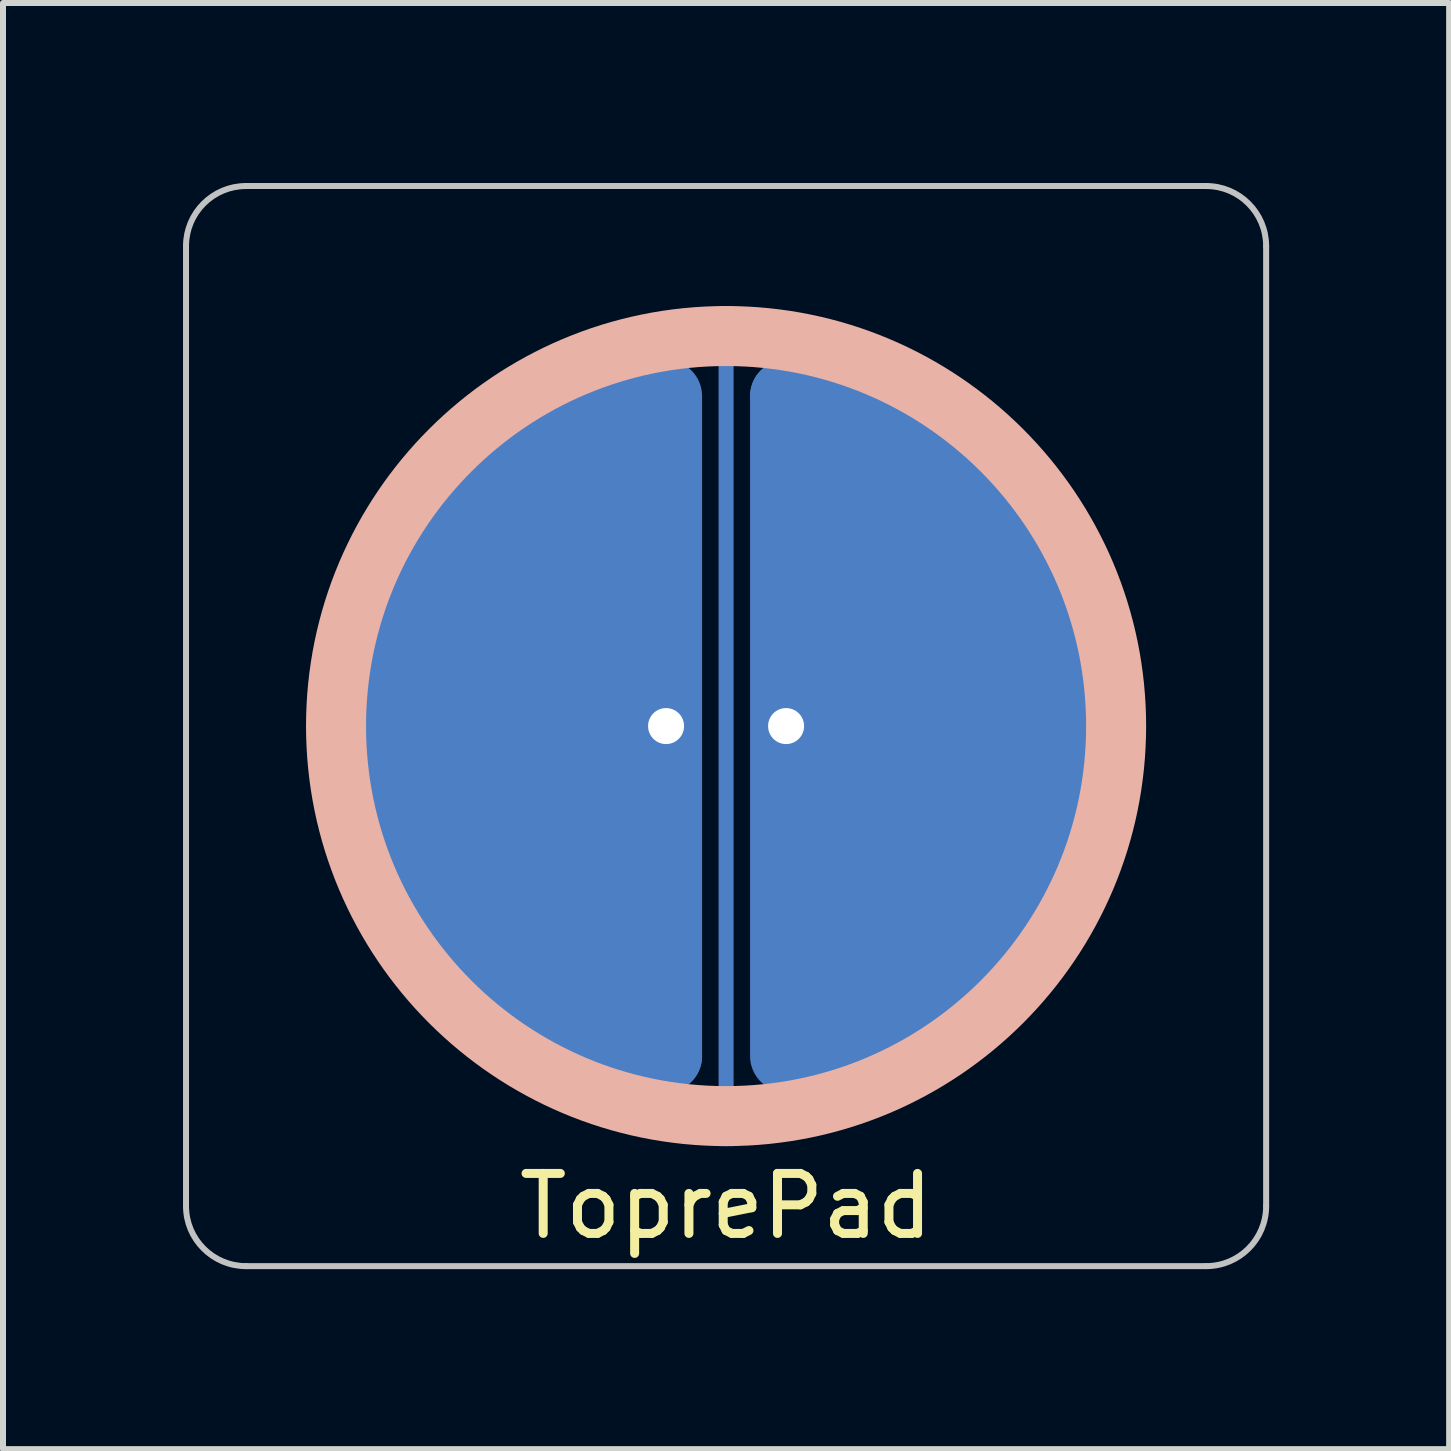
<source format=kicad_pcb>
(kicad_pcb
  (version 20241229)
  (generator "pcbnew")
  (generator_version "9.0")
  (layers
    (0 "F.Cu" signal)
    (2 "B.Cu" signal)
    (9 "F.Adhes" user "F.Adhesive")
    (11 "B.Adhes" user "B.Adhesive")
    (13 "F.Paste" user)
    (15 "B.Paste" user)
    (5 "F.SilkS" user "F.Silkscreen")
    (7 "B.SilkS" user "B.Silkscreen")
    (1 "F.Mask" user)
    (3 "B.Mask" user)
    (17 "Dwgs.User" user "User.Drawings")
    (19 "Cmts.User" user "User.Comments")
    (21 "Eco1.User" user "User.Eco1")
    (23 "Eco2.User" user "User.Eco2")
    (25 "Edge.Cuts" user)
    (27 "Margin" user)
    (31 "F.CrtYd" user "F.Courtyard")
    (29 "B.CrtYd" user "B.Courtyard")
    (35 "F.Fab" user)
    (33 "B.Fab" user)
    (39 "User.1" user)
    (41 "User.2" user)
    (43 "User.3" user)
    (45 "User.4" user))
  (footprint "ToprePad"
    (layer "F.Cu")
    (at 9.05 9.05)
    (property "Reference" "ToprePad" (at 0 8 0) (layer "F.SilkS") (effects (font (size 1 1) (thickness 0.15))))
    (attr through_hole)
    (fp_line (start -5 -2) (end -4.5 2.5) (stroke (width 1.1) (type solid)) (layer "B.Cu"))
    (fp_line (start -4 -3.5) (end -4 3.5) (stroke (width 1.1) (type solid)) (layer "B.Cu"))
    (fp_line (start -3 -4) (end -3 4.5) (stroke (width 1.1) (type solid)) (layer "B.Cu"))
    (fp_line (start -2 -4.5) (end -2 4.5) (stroke (width 1.1) (type solid)) (layer "B.Cu"))
    (fp_line (start -1 -5.5) (end -1 5.5) (stroke (width 1.2) (type solid)) (layer "B.Cu"))
    (fp_line (start 1 -5.5) (end 1 5.5) (stroke (width 1.2) (type solid)) (layer "B.Cu"))
    (fp_line (start 2 -4.5) (end 2 4.5) (stroke (width 1.1) (type solid)) (layer "B.Cu"))
    (fp_line (start 3 -4) (end 3 4.5) (stroke (width 1.1) (type solid)) (layer "B.Cu"))
    (fp_line (start 4 -3.5) (end 4 3.5) (stroke (width 1.1) (type solid)) (layer "B.Cu"))
    (fp_line (start 5 -2) (end 4.5 2.5) (stroke (width 1.1) (type solid)) (layer "B.Cu"))
    (fp_arc (start -1 5.5) (mid -5.590001 0.043432) (end -1.085339 -5.483798) (stroke (width 1.2) (type solid)) (layer "B.Cu"))
    (fp_arc (start 1 -5.5) (mid 5.590001 -0.043432) (end 1.085339 5.483798) (stroke (width 1.2) (type solid)) (layer "B.Cu"))
    (fp_circle (center 0 0) (end 0 -6.5) (stroke (width 1) (type solid)) (fill no) (layer "B.SilkS"))
    (fp_line (start -9 8) (end -9 -8) (stroke (width 0.1) (type solid)) (layer "Dwgs.User"))
    (fp_line (start -8 -9) (end 8 -9) (stroke (width 0.1) (type solid)) (layer "Dwgs.User"))
    (fp_line (start 8 9) (end -8 9) (stroke (width 0.1) (type solid)) (layer "Dwgs.User"))
    (fp_line (start 9 -8) (end 9 8) (stroke (width 0.1) (type solid)) (layer "Dwgs.User"))
    (fp_arc (start -9 -8) (mid -8.707107 -8.707107) (end -8 -9) (stroke (width 0.1) (type solid)) (layer "Dwgs.User"))
    (fp_arc (start -8 9) (mid -8.707107 8.707107) (end -9 8) (stroke (width 0.1) (type solid)) (layer "Dwgs.User"))
    (fp_arc (start 8 -9) (mid 8.707107 -8.707107) (end 9 -8) (stroke (width 0.1) (type solid)) (layer "Dwgs.User"))
    (fp_arc (start 9 8) (mid 8.707107 8.707107) (end 8 9) (stroke (width 0.1) (type solid)) (layer "Dwgs.User"))
    (pad "1" thru_hole circle (at 1 0) (size 1 1) (drill 0.6) (layers "*.Cu" "*.Mask"))
    (pad "2" thru_hole circle (at -1 0) (size 1 1) (drill 0.6) (layers "*.Cu" "*.Mask"))
    (pad "3" smd rect (at 0 0) (size 0.25 14) (layers "B.Cu")))
  (gr_rect
    (start -3 -3)
    (end 21.1 21.1)
    (stroke (width 0.1) (type default))
    (fill no)
    (layer "Edge.Cuts")))
</source>
